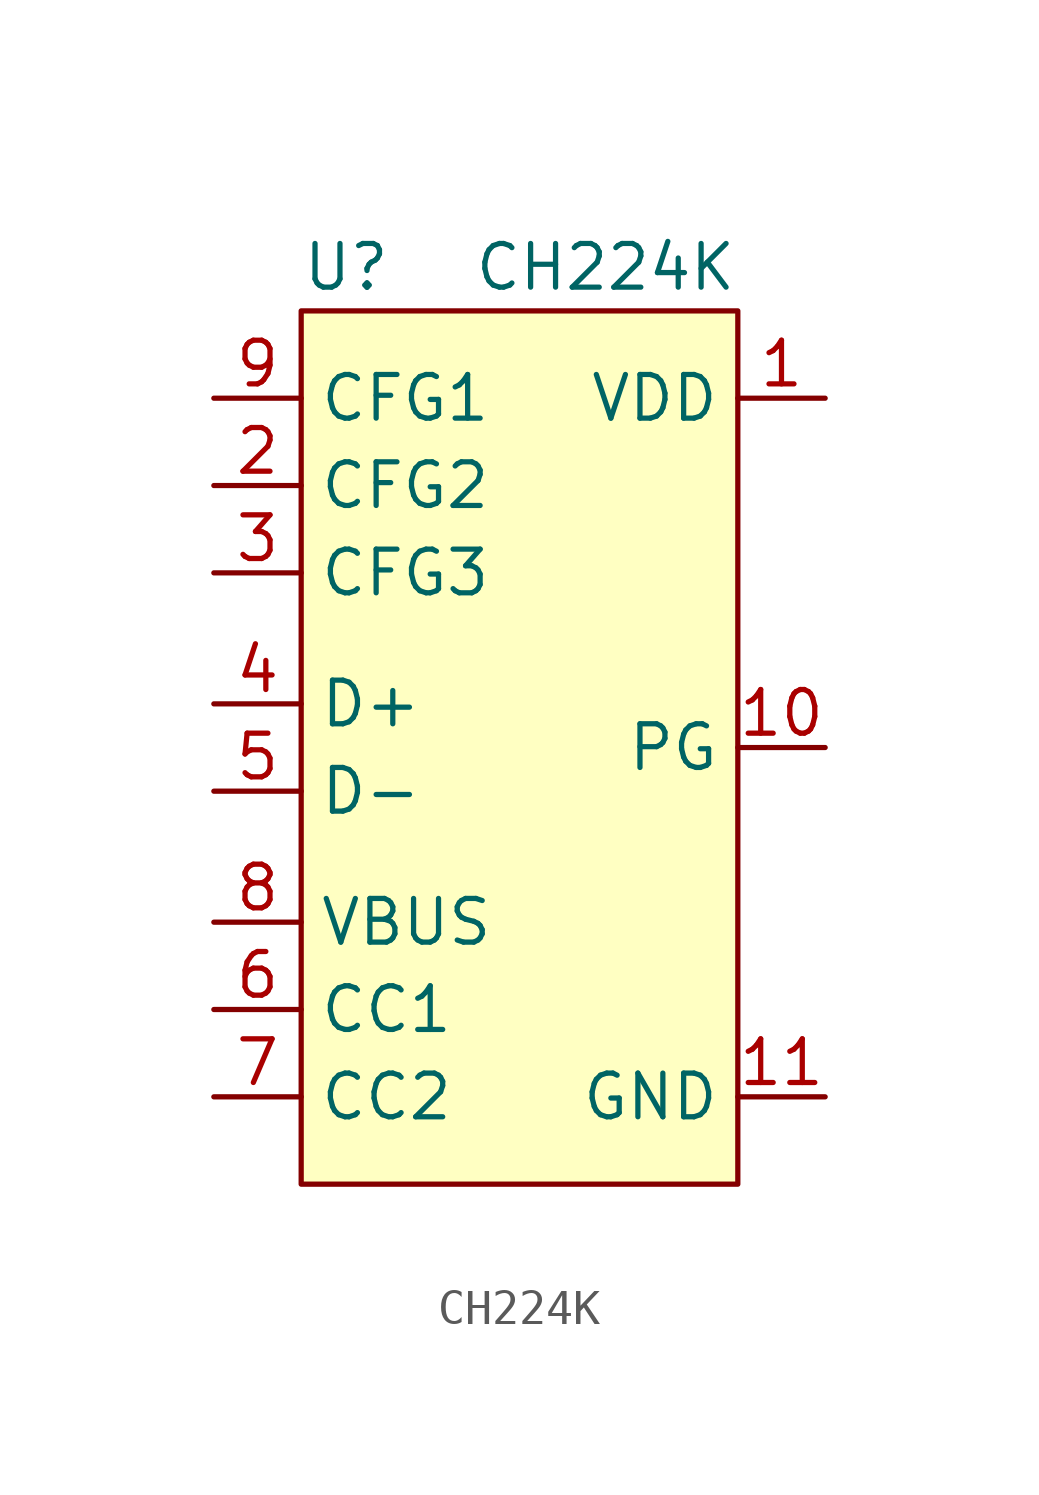
<source format=kicad_sym>
(kicad_symbol_lib
  (version 20220914)
  (generator kicad_symbol_editor)
  (symbol "CH224K"
    (property "Reference" "U"
      (at -6.35 13.97 0)
      (do_not_autoplace)
      (effects (font (size 1.27 1.27)) (justify left)))
    (property "Value" "CH224K"
      (at 6.35 13.97 0)
      (do_not_autoplace)
      (effects (font (size 1.27 1.27)) (justify right)))
    (symbol "CH224K_1_1"
      (rectangle (start -6.35 12.7) (end 6.35 -12.7) (stroke (width 0) (type default)) (fill (type background)))
      (pin power_in line (at 8.89 10.16 180) (length 2.54) (name "VDD" (effects (font (size 1.27 1.27)))) (number "1" (effects (font (size 1.27 1.27)))))
      (pin output line (at 8.89 0 180) (length 2.54) (name "PG" (effects (font (size 1.27 1.27)))) (number "10" (effects (font (size 1.27 1.27)))))
      (pin power_out line (at 8.89 -10.16 180) (length 2.54) (name "GND" (effects (font (size 1.27 1.27)))) (number "11" (effects (font (size 1.27 1.27)))))
      (pin input line (at -8.89 7.62 0) (length 2.54) (name "CFG2" (effects (font (size 1.27 1.27)))) (number "2" (effects (font (size 1.27 1.27)))))
      (pin input line (at -8.89 5.08 0) (length 2.54) (name "CFG3" (effects (font (size 1.27 1.27)))) (number "3" (effects (font (size 1.27 1.27)))))
      (pin bidirectional line (at -8.89 1.27 0) (length 2.54) (name "D+" (effects (font (size 1.27 1.27)))) (number "4" (effects (font (size 1.27 1.27)))))
      (pin bidirectional line (at -8.89 -1.27 0) (length 2.54) (name "D-" (effects (font (size 1.27 1.27)))) (number "5" (effects (font (size 1.27 1.27)))))
      (pin bidirectional line (at -8.89 -7.62 0) (length 2.54) (name "CC1" (effects (font (size 1.27 1.27)))) (number "6" (effects (font (size 1.27 1.27)))))
      (pin bidirectional line (at -8.89 -10.16 0) (length 2.54) (name "CC2" (effects (font (size 1.27 1.27)))) (number "7" (effects (font (size 1.27 1.27)))))
      (pin input line (at -8.89 -5.08 0) (length 2.54) (name "VBUS" (effects (font (size 1.27 1.27)))) (number "8" (effects (font (size 1.27 1.27)))))
      (pin input line (at -8.89 10.16 0) (length 2.54) (name "CFG1" (effects (font (size 1.27 1.27)))) (number "9" (effects (font (size 1.27 1.27))))))))
</source>
